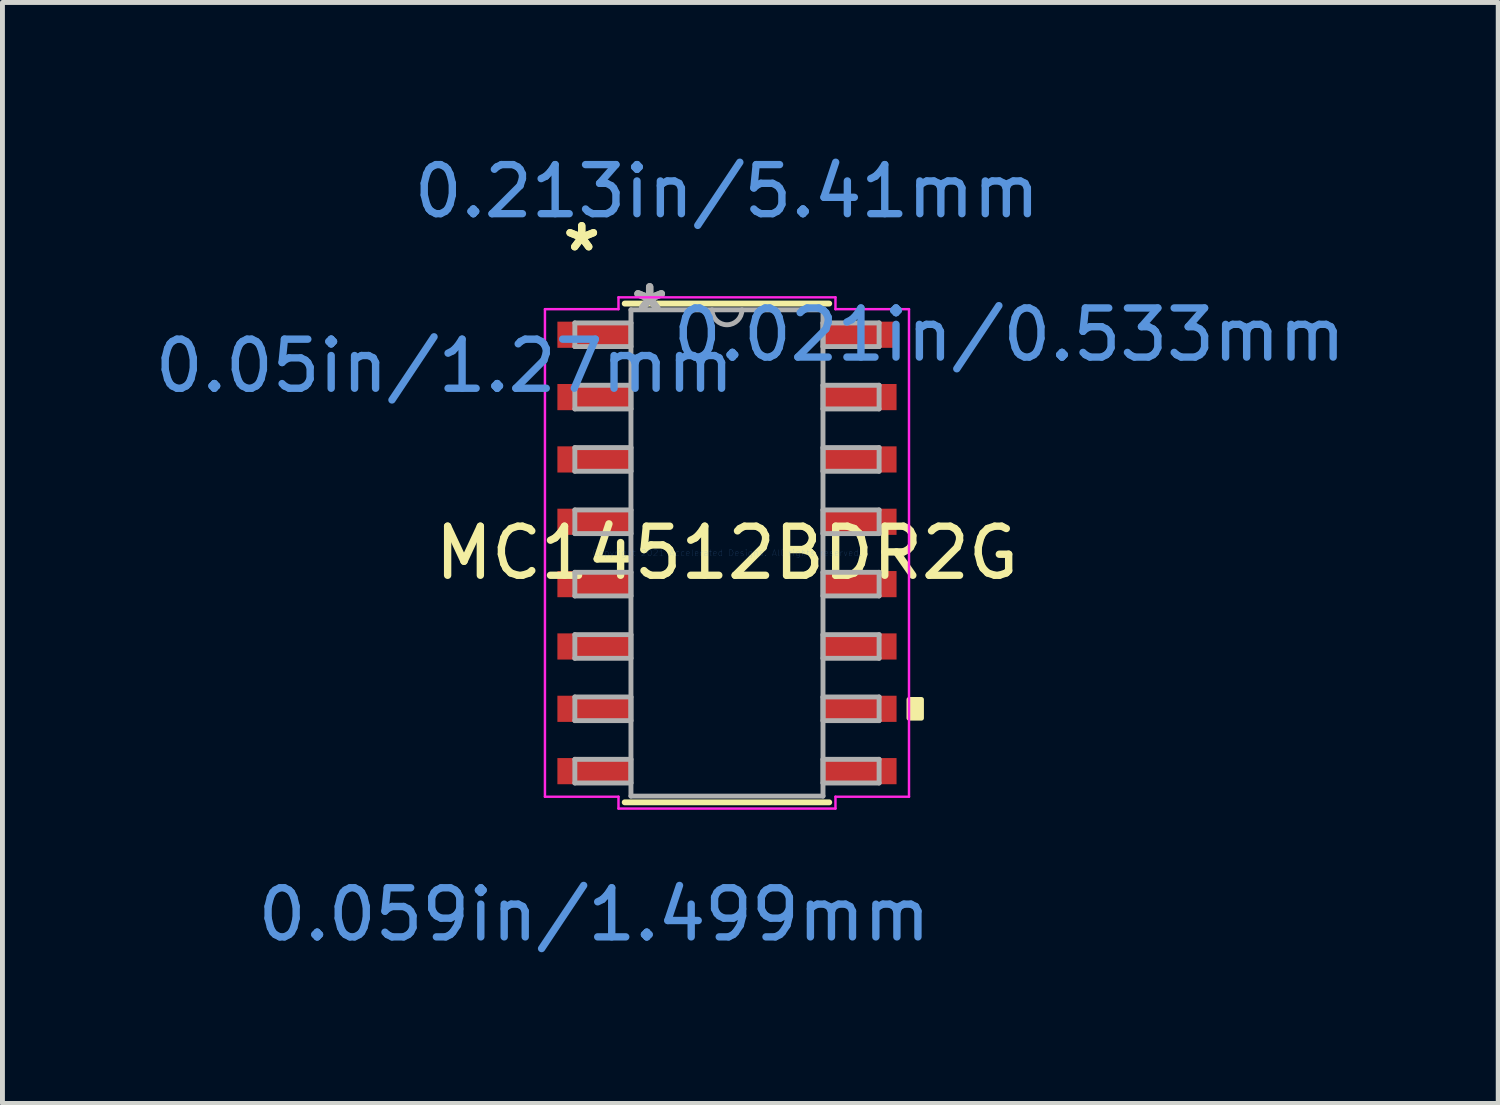
<source format=kicad_pcb>
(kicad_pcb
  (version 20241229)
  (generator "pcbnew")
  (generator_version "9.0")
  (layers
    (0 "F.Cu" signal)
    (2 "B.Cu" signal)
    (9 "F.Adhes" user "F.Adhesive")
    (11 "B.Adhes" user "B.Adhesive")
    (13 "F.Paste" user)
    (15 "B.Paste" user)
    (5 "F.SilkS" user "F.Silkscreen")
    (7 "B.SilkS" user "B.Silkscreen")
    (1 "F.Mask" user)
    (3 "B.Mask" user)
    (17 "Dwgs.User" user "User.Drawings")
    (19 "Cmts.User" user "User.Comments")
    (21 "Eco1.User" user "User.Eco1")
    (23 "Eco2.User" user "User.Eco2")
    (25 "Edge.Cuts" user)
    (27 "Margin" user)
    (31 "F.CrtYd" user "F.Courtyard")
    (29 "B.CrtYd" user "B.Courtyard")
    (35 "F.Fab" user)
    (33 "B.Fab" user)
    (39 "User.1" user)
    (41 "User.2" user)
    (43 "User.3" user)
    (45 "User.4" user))
  (footprint "MC14512BDR2G"
    (layer "F.Cu")
    (at 11.759 8.214)
    (property "Reference" "MC14512BDR2G" (at 0 0 0) (layer "F.SilkS") (effects (font (size 1 1) (thickness 0.15))))
    (attr through_hole)
    (fp_line (start -2.083 5.08) (end 2.083 5.08) (stroke (width 0.12) (type solid)) (layer "F.SilkS"))
    (fp_line (start 2.083 -5.08) (end -2.083 -5.08) (stroke (width 0.12) (type solid)) (layer "F.SilkS"))
    (fp_poly (pts (xy 3.962 2.985) (xy 3.962 3.365) (xy 3.708 3.365) (xy 3.708 2.985)) (stroke (width 0.1) (type solid)) (fill yes) (layer "F.SilkS"))
    (fp_line (start -3.708 -4.966) (end -2.21 -4.966) (stroke (width 0.05) (type solid)) (layer "F.CrtYd"))
    (fp_line (start -3.708 4.966) (end -3.708 -4.966) (stroke (width 0.05) (type solid)) (layer "F.CrtYd"))
    (fp_line (start -3.708 4.966) (end -2.21 4.966) (stroke (width 0.05) (type solid)) (layer "F.CrtYd"))
    (fp_line (start -2.21 -5.207) (end 2.21 -5.207) (stroke (width 0.05) (type solid)) (layer "F.CrtYd"))
    (fp_line (start -2.21 -4.966) (end -2.21 -5.207) (stroke (width 0.05) (type solid)) (layer "F.CrtYd"))
    (fp_line (start -2.21 5.207) (end -2.21 4.966) (stroke (width 0.05) (type solid)) (layer "F.CrtYd"))
    (fp_line (start 2.21 -5.207) (end 2.21 -4.966) (stroke (width 0.05) (type solid)) (layer "F.CrtYd"))
    (fp_line (start 2.21 -4.966) (end 3.708 -4.966) (stroke (width 0.05) (type solid)) (layer "F.CrtYd"))
    (fp_line (start 2.21 4.966) (end 2.21 5.207) (stroke (width 0.05) (type solid)) (layer "F.CrtYd"))
    (fp_line (start 2.21 5.207) (end -2.21 5.207) (stroke (width 0.05) (type solid)) (layer "F.CrtYd"))
    (fp_line (start 3.708 -4.966) (end 3.708 4.966) (stroke (width 0.05) (type solid)) (layer "F.CrtYd"))
    (fp_line (start 3.708 4.966) (end 2.21 4.966) (stroke (width 0.05) (type solid)) (layer "F.CrtYd"))
    (fp_line (start -3.099 -4.686) (end -3.099 -4.204) (stroke (width 0.1) (type solid)) (layer "F.Fab"))
    (fp_line (start -3.099 -4.204) (end -1.956 -4.204) (stroke (width 0.1) (type solid)) (layer "F.Fab"))
    (fp_line (start -3.099 -3.416) (end -3.099 -2.934) (stroke (width 0.1) (type solid)) (layer "F.Fab"))
    (fp_line (start -3.099 -2.934) (end -1.956 -2.934) (stroke (width 0.1) (type solid)) (layer "F.Fab"))
    (fp_line (start -3.099 -2.146) (end -3.099 -1.664) (stroke (width 0.1) (type solid)) (layer "F.Fab"))
    (fp_line (start -3.099 -1.664) (end -1.956 -1.664) (stroke (width 0.1) (type solid)) (layer "F.Fab"))
    (fp_line (start -3.099 -0.876) (end -3.099 -0.394) (stroke (width 0.1) (type solid)) (layer "F.Fab"))
    (fp_line (start -3.099 -0.394) (end -1.956 -0.394) (stroke (width 0.1) (type solid)) (layer "F.Fab"))
    (fp_line (start -3.099 0.394) (end -3.099 0.876) (stroke (width 0.1) (type solid)) (layer "F.Fab"))
    (fp_line (start -3.099 0.876) (end -1.956 0.876) (stroke (width 0.1) (type solid)) (layer "F.Fab"))
    (fp_line (start -3.099 1.664) (end -3.099 2.146) (stroke (width 0.1) (type solid)) (layer "F.Fab"))
    (fp_line (start -3.099 2.146) (end -1.956 2.146) (stroke (width 0.1) (type solid)) (layer "F.Fab"))
    (fp_line (start -3.099 2.934) (end -3.099 3.416) (stroke (width 0.1) (type solid)) (layer "F.Fab"))
    (fp_line (start -3.099 3.416) (end -1.956 3.416) (stroke (width 0.1) (type solid)) (layer "F.Fab"))
    (fp_line (start -3.099 4.204) (end -3.099 4.686) (stroke (width 0.1) (type solid)) (layer "F.Fab"))
    (fp_line (start -3.099 4.686) (end -1.956 4.686) (stroke (width 0.1) (type solid)) (layer "F.Fab"))
    (fp_line (start -1.956 -4.953) (end -1.956 4.953) (stroke (width 0.1) (type solid)) (layer "F.Fab"))
    (fp_line (start -1.956 -4.686) (end -3.099 -4.686) (stroke (width 0.1) (type solid)) (layer "F.Fab"))
    (fp_line (start -1.956 -4.204) (end -1.956 -4.686) (stroke (width 0.1) (type solid)) (layer "F.Fab"))
    (fp_line (start -1.956 -3.416) (end -3.099 -3.416) (stroke (width 0.1) (type solid)) (layer "F.Fab"))
    (fp_line (start -1.956 -2.934) (end -1.956 -3.416) (stroke (width 0.1) (type solid)) (layer "F.Fab"))
    (fp_line (start -1.956 -2.146) (end -3.099 -2.146) (stroke (width 0.1) (type solid)) (layer "F.Fab"))
    (fp_line (start -1.956 -1.664) (end -1.956 -2.146) (stroke (width 0.1) (type solid)) (layer "F.Fab"))
    (fp_line (start -1.956 -0.876) (end -3.099 -0.876) (stroke (width 0.1) (type solid)) (layer "F.Fab"))
    (fp_line (start -1.956 -0.394) (end -1.956 -0.876) (stroke (width 0.1) (type solid)) (layer "F.Fab"))
    (fp_line (start -1.956 0.394) (end -3.099 0.394) (stroke (width 0.1) (type solid)) (layer "F.Fab"))
    (fp_line (start -1.956 0.876) (end -1.956 0.394) (stroke (width 0.1) (type solid)) (layer "F.Fab"))
    (fp_line (start -1.956 1.664) (end -3.099 1.664) (stroke (width 0.1) (type solid)) (layer "F.Fab"))
    (fp_line (start -1.956 2.146) (end -1.956 1.664) (stroke (width 0.1) (type solid)) (layer "F.Fab"))
    (fp_line (start -1.956 2.934) (end -3.099 2.934) (stroke (width 0.1) (type solid)) (layer "F.Fab"))
    (fp_line (start -1.956 3.416) (end -1.956 2.934) (stroke (width 0.1) (type solid)) (layer "F.Fab"))
    (fp_line (start -1.956 4.204) (end -3.099 4.204) (stroke (width 0.1) (type solid)) (layer "F.Fab"))
    (fp_line (start -1.956 4.686) (end -1.956 4.204) (stroke (width 0.1) (type solid)) (layer "F.Fab"))
    (fp_line (start -1.956 4.953) (end 1.956 4.953) (stroke (width 0.1) (type solid)) (layer "F.Fab"))
    (fp_line (start 1.956 -4.953) (end -1.956 -4.953) (stroke (width 0.1) (type solid)) (layer "F.Fab"))
    (fp_line (start 1.956 -4.686) (end 1.956 -4.204) (stroke (width 0.1) (type solid)) (layer "F.Fab"))
    (fp_line (start 1.956 -4.204) (end 3.099 -4.204) (stroke (width 0.1) (type solid)) (layer "F.Fab"))
    (fp_line (start 1.956 -3.416) (end 1.956 -2.934) (stroke (width 0.1) (type solid)) (layer "F.Fab"))
    (fp_line (start 1.956 -2.934) (end 3.099 -2.934) (stroke (width 0.1) (type solid)) (layer "F.Fab"))
    (fp_line (start 1.956 -2.146) (end 1.956 -1.664) (stroke (width 0.1) (type solid)) (layer "F.Fab"))
    (fp_line (start 1.956 -1.664) (end 3.099 -1.664) (stroke (width 0.1) (type solid)) (layer "F.Fab"))
    (fp_line (start 1.956 -0.876) (end 1.956 -0.394) (stroke (width 0.1) (type solid)) (layer "F.Fab"))
    (fp_line (start 1.956 -0.394) (end 3.099 -0.394) (stroke (width 0.1) (type solid)) (layer "F.Fab"))
    (fp_line (start 1.956 0.394) (end 1.956 0.876) (stroke (width 0.1) (type solid)) (layer "F.Fab"))
    (fp_line (start 1.956 0.876) (end 3.099 0.876) (stroke (width 0.1) (type solid)) (layer "F.Fab"))
    (fp_line (start 1.956 1.664) (end 1.956 2.146) (stroke (width 0.1) (type solid)) (layer "F.Fab"))
    (fp_line (start 1.956 2.146) (end 3.099 2.146) (stroke (width 0.1) (type solid)) (layer "F.Fab"))
    (fp_line (start 1.956 2.934) (end 1.956 3.416) (stroke (width 0.1) (type solid)) (layer "F.Fab"))
    (fp_line (start 1.956 3.416) (end 3.099 3.416) (stroke (width 0.1) (type solid)) (layer "F.Fab"))
    (fp_line (start 1.956 4.204) (end 1.956 4.686) (stroke (width 0.1) (type solid)) (layer "F.Fab"))
    (fp_line (start 1.956 4.686) (end 3.099 4.686) (stroke (width 0.1) (type solid)) (layer "F.Fab"))
    (fp_line (start 1.956 4.953) (end 1.956 -4.953) (stroke (width 0.1) (type solid)) (layer "F.Fab"))
    (fp_line (start 3.099 -4.686) (end 1.956 -4.686) (stroke (width 0.1) (type solid)) (layer "F.Fab"))
    (fp_line (start 3.099 -4.204) (end 3.099 -4.686) (stroke (width 0.1) (type solid)) (layer "F.Fab"))
    (fp_line (start 3.099 -3.416) (end 1.956 -3.416) (stroke (width 0.1) (type solid)) (layer "F.Fab"))
    (fp_line (start 3.099 -2.934) (end 3.099 -3.416) (stroke (width 0.1) (type solid)) (layer "F.Fab"))
    (fp_line (start 3.099 -2.146) (end 1.956 -2.146) (stroke (width 0.1) (type solid)) (layer "F.Fab"))
    (fp_line (start 3.099 -1.664) (end 3.099 -2.146) (stroke (width 0.1) (type solid)) (layer "F.Fab"))
    (fp_line (start 3.099 -0.876) (end 1.956 -0.876) (stroke (width 0.1) (type solid)) (layer "F.Fab"))
    (fp_line (start 3.099 -0.394) (end 3.099 -0.876) (stroke (width 0.1) (type solid)) (layer "F.Fab"))
    (fp_line (start 3.099 0.394) (end 1.956 0.394) (stroke (width 0.1) (type solid)) (layer "F.Fab"))
    (fp_line (start 3.099 0.876) (end 3.099 0.394) (stroke (width 0.1) (type solid)) (layer "F.Fab"))
    (fp_line (start 3.099 1.664) (end 1.956 1.664) (stroke (width 0.1) (type solid)) (layer "F.Fab"))
    (fp_line (start 3.099 2.146) (end 3.099 1.664) (stroke (width 0.1) (type solid)) (layer "F.Fab"))
    (fp_line (start 3.099 2.934) (end 1.956 2.934) (stroke (width 0.1) (type solid)) (layer "F.Fab"))
    (fp_line (start 3.099 3.416) (end 3.099 2.934) (stroke (width 0.1) (type solid)) (layer "F.Fab"))
    (fp_line (start 3.099 4.204) (end 1.956 4.204) (stroke (width 0.1) (type solid)) (layer "F.Fab"))
    (fp_line (start 3.099 4.686) (end 3.099 4.204) (stroke (width 0.1) (type solid)) (layer "F.Fab"))
    (fp_arc (start 0.3048 -4.953) (mid 0 -4.6482) (end -0.3048 -4.953) (stroke (width 0.1) (type solid)) (layer "F.Fab"))
    (fp_text user "*" (at -2.959 -6.121 0) (layer "F.SilkS") (effects (font (size 1 1) (thickness 0.15))))
    (fp_text user "*" (at -2.959 -6.121 0) (layer "F.SilkS") (effects (font (size 1 1) (thickness 0.15))))
    (fp_text user "0.021in/0.533mm" (at 5.753 -4.445 0) (layer "Cmts.User") (effects (font (size 1 1) (thickness 0.15))))
    (fp_text user "0.213in/5.41mm" (at 0 -7.366 0) (layer "Cmts.User") (effects (font (size 1 1) (thickness 0.15))))
    (fp_text user "0.05in/1.27mm" (at -5.753 -3.81 0) (layer "Cmts.User") (effects (font (size 1 1) (thickness 0.15))))
    (fp_text user "Copyright 2021 Accelerated Designs. All rights reserved." (at 0 0 0) (layer "Cmts.User") (effects (font (size 0.127 0.127) (thickness 0.002))))
    (fp_text user "0.059in/1.499mm" (at -2.705 7.366 0) (layer "Cmts.User") (effects (font (size 1 1) (thickness 0.15))))
    (fp_text user "*" (at -1.575 -4.877 0) (layer "F.Fab") (effects (font (size 1 1) (thickness 0.15))))
    (fp_text user "*" (at -1.575 -4.877 0) (layer "F.Fab") (effects (font (size 1 1) (thickness 0.15))))
    (pad "1" smd rect (at -2.705 -4.445) (size 1.499 0.533) (layers "F.Cu" "F.Mask" "F.Paste"))
    (pad "2" smd rect (at -2.705 -3.175) (size 1.499 0.533) (layers "F.Cu" "F.Mask" "F.Paste"))
    (pad "3" smd rect (at -2.705 -1.905) (size 1.499 0.533) (layers "F.Cu" "F.Mask" "F.Paste"))
    (pad "4" smd rect (at -2.705 -0.635) (size 1.499 0.533) (layers "F.Cu" "F.Mask" "F.Paste"))
    (pad "5" smd rect (at -2.705 0.635) (size 1.499 0.533) (layers "F.Cu" "F.Mask" "F.Paste"))
    (pad "6" smd rect (at -2.705 1.905) (size 1.499 0.533) (layers "F.Cu" "F.Mask" "F.Paste"))
    (pad "7" smd rect (at -2.705 3.175) (size 1.499 0.533) (layers "F.Cu" "F.Mask" "F.Paste"))
    (pad "8" smd rect (at -2.705 4.445) (size 1.499 0.533) (layers "F.Cu" "F.Mask" "F.Paste"))
    (pad "9" smd rect (at 2.705 4.445) (size 1.499 0.533) (layers "F.Cu" "F.Mask" "F.Paste"))
    (pad "10" smd rect (at 2.705 3.175) (size 1.499 0.533) (layers "F.Cu" "F.Mask" "F.Paste"))
    (pad "11" smd rect (at 2.705 1.905) (size 1.499 0.533) (layers "F.Cu" "F.Mask" "F.Paste"))
    (pad "12" smd rect (at 2.705 0.635) (size 1.499 0.533) (layers "F.Cu" "F.Mask" "F.Paste"))
    (pad "13" smd rect (at 2.705 -0.635) (size 1.499 0.533) (layers "F.Cu" "F.Mask" "F.Paste"))
    (pad "14" smd rect (at 2.705 -1.905) (size 1.499 0.533) (layers "F.Cu" "F.Mask" "F.Paste"))
    (pad "15" smd rect (at 2.705 -3.175) (size 1.499 0.533) (layers "F.Cu" "F.Mask" "F.Paste"))
    (pad "16" smd rect (at 2.705 -4.445) (size 1.499 0.533) (layers "F.Cu" "F.Mask" "F.Paste")))
  (gr_rect
    (start -3 -3)
    (end 27.47 19.428)
    (stroke (width 0.1) (type default))
    (fill no)
    (layer "Edge.Cuts")))
</source>
